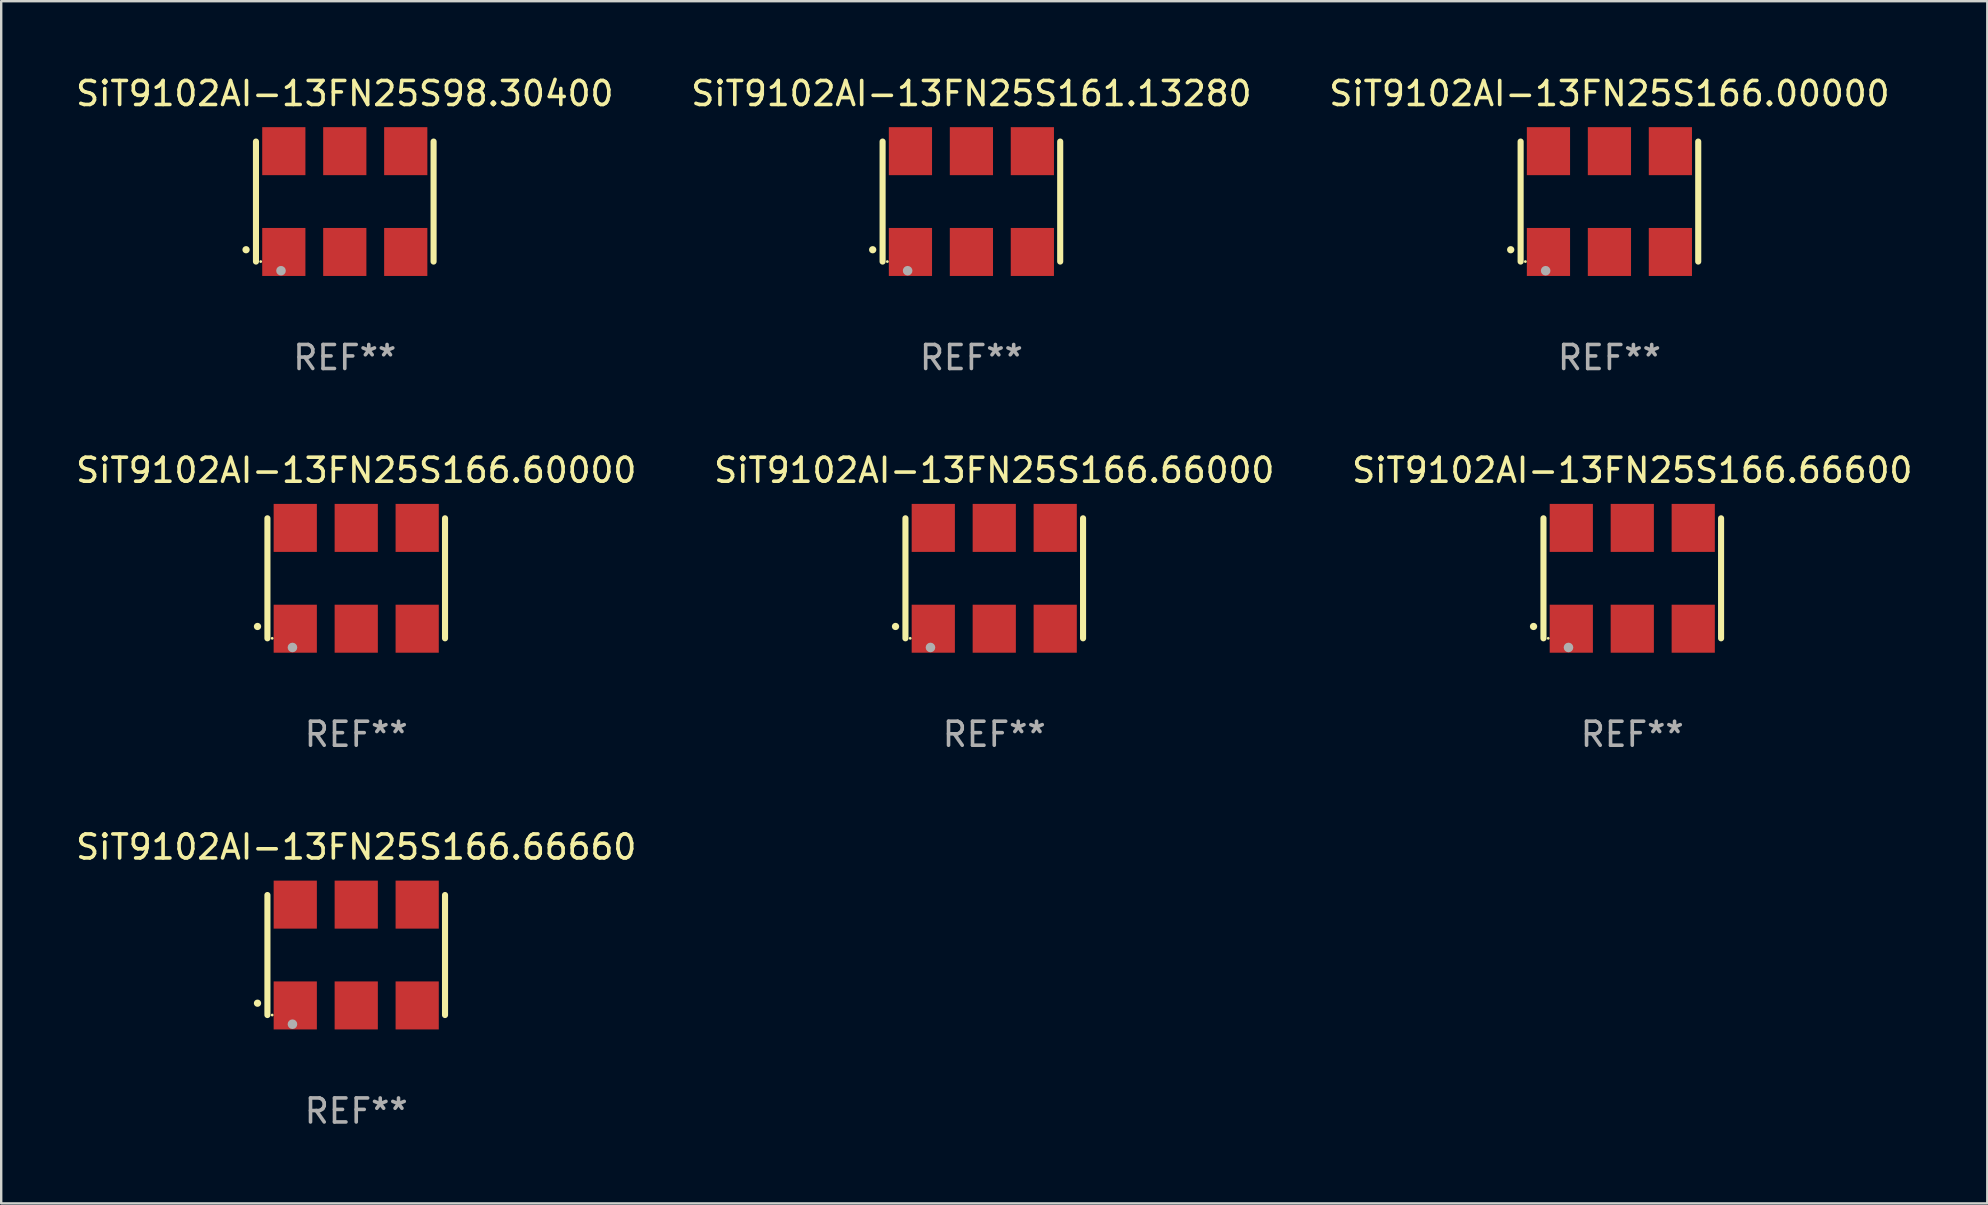
<source format=kicad_pcb>
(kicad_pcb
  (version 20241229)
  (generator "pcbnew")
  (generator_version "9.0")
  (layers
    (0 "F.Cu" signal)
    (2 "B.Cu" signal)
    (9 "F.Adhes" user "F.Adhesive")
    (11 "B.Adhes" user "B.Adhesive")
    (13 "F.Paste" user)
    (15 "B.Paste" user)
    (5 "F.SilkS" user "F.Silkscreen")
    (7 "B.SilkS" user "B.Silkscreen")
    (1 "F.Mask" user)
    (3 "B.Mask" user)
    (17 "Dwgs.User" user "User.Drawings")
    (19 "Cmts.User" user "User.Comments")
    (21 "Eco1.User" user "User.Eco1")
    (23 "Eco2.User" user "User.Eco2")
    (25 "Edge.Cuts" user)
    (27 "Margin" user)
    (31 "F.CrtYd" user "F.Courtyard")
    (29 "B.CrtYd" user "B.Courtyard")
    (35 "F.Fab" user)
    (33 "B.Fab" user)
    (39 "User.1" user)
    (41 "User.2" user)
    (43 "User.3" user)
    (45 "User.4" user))
  (footprint "SiT9102AI-13FN25S166.66600"
    (layer "F.Cu")
    (at 64.958 21.045)
    (property "Reference" "SiT9102AI-13FN25S166.66600" (at 0 -4.5 0) (layer "F.SilkS") (effects (font (size 1 1) (thickness 0.15))))
    (attr through_hole)
    (fp_line (start -3.7 -2.5) (end -3.7 2.5) (stroke (width 0.254) (type solid)) (layer "F.SilkS"))
    (fp_line (start 3.7 -2.5) (end 3.7 2.5) (stroke (width 0.254) (type solid)) (layer "F.SilkS"))
    (fp_arc (start -4.114415 2.006604) (mid -4.113145 2.006599) (end -4.111875 2.006604) (stroke (width 0.3) (type solid)) (layer "F.SilkS"))
    (fp_circle (center -3.502 2.5) (end -3.472 2.5) (stroke (width 0.06) (type solid)) (fill no) (layer "F.SilkS"))
    (fp_circle (center -2.657 2.882) (end -2.557 2.882) (stroke (width 0.2) (type solid)) (fill no) (layer "F.Fab"))
    (fp_text user "REF**" (at 0 6.5 0) (layer "F.Fab") (effects (font (size 1 1) (thickness 0.15))))
    (pad "1" smd rect (at -2.54 2.1) (size 1.8 2) (layers "F.Cu" "F.Mask" "F.Paste"))
    (pad "2" smd rect (at 0.000394 2.1) (size 1.8 2) (layers "F.Cu" "F.Mask" "F.Paste"))
    (pad "3" smd rect (at 2.54 2.1) (size 1.8 2) (layers "F.Cu" "F.Mask" "F.Paste"))
    (pad "4" smd rect (at 2.54 -2.1) (size 1.8 2) (layers "F.Cu" "F.Mask" "F.Paste"))
    (pad "5" smd rect (at 0.000394 -2.1) (size 1.8 2) (layers "F.Cu" "F.Mask" "F.Paste"))
    (pad "6" smd rect (at -2.54 -2.1) (size 1.8 2) (layers "F.Cu" "F.Mask" "F.Paste")))
  (footprint "SiT9102AI-13FN25S166.66000"
    (layer "F.Cu")
    (at 38.375 21.045)
    (property "Reference" "SiT9102AI-13FN25S166.66000" (at 0 -4.5 0) (layer "F.SilkS") (effects (font (size 1 1) (thickness 0.15))))
    (attr through_hole)
    (fp_line (start -3.7 -2.5) (end -3.7 2.5) (stroke (width 0.254) (type solid)) (layer "F.SilkS"))
    (fp_line (start 3.7 -2.5) (end 3.7 2.5) (stroke (width 0.254) (type solid)) (layer "F.SilkS"))
    (fp_arc (start -4.114415 2.006604) (mid -4.113145 2.006599) (end -4.111875 2.006604) (stroke (width 0.3) (type solid)) (layer "F.SilkS"))
    (fp_circle (center -3.502 2.5) (end -3.472 2.5) (stroke (width 0.06) (type solid)) (fill no) (layer "F.SilkS"))
    (fp_circle (center -2.657 2.882) (end -2.557 2.882) (stroke (width 0.2) (type solid)) (fill no) (layer "F.Fab"))
    (fp_text user "REF**" (at 0 6.5 0) (layer "F.Fab") (effects (font (size 1 1) (thickness 0.15))))
    (pad "1" smd rect (at -2.54 2.1) (size 1.8 2) (layers "F.Cu" "F.Mask" "F.Paste"))
    (pad "2" smd rect (at 0.000394 2.1) (size 1.8 2) (layers "F.Cu" "F.Mask" "F.Paste"))
    (pad "3" smd rect (at 2.54 2.1) (size 1.8 2) (layers "F.Cu" "F.Mask" "F.Paste"))
    (pad "4" smd rect (at 2.54 -2.1) (size 1.8 2) (layers "F.Cu" "F.Mask" "F.Paste"))
    (pad "5" smd rect (at 0.000394 -2.1) (size 1.8 2) (layers "F.Cu" "F.Mask" "F.Paste"))
    (pad "6" smd rect (at -2.54 -2.1) (size 1.8 2) (layers "F.Cu" "F.Mask" "F.Paste")))
  (footprint "SiT9102AI-13FN25S166.00000"
    (layer "F.Cu")
    (at 64.006 5.348)
    (property "Reference" "SiT9102AI-13FN25S166.00000" (at 0 -4.5 0) (layer "F.SilkS") (effects (font (size 1 1) (thickness 0.15))))
    (attr through_hole)
    (fp_line (start -3.7 -2.5) (end -3.7 2.5) (stroke (width 0.254) (type solid)) (layer "F.SilkS"))
    (fp_line (start 3.7 -2.5) (end 3.7 2.5) (stroke (width 0.254) (type solid)) (layer "F.SilkS"))
    (fp_arc (start -4.114415 2.006604) (mid -4.113145 2.006599) (end -4.111875 2.006604) (stroke (width 0.3) (type solid)) (layer "F.SilkS"))
    (fp_circle (center -3.502 2.5) (end -3.472 2.5) (stroke (width 0.06) (type solid)) (fill no) (layer "F.SilkS"))
    (fp_circle (center -2.657 2.882) (end -2.557 2.882) (stroke (width 0.2) (type solid)) (fill no) (layer "F.Fab"))
    (fp_text user "REF**" (at 0 6.5 0) (layer "F.Fab") (effects (font (size 1 1) (thickness 0.15))))
    (pad "1" smd rect (at -2.54 2.1) (size 1.8 2) (layers "F.Cu" "F.Mask" "F.Paste"))
    (pad "2" smd rect (at 0.000394 2.1) (size 1.8 2) (layers "F.Cu" "F.Mask" "F.Paste"))
    (pad "3" smd rect (at 2.54 2.1) (size 1.8 2) (layers "F.Cu" "F.Mask" "F.Paste"))
    (pad "4" smd rect (at 2.54 -2.1) (size 1.8 2) (layers "F.Cu" "F.Mask" "F.Paste"))
    (pad "5" smd rect (at 0.000394 -2.1) (size 1.8 2) (layers "F.Cu" "F.Mask" "F.Paste"))
    (pad "6" smd rect (at -2.54 -2.1) (size 1.8 2) (layers "F.Cu" "F.Mask" "F.Paste")))
  (footprint "SiT9102AI-13FN25S166.66660"
    (layer "F.Cu")
    (at 11.792 36.741)
    (property "Reference" "SiT9102AI-13FN25S166.66660" (at 0 -4.5 0) (layer "F.SilkS") (effects (font (size 1 1) (thickness 0.15))))
    (attr through_hole)
    (fp_line (start -3.7 -2.5) (end -3.7 2.5) (stroke (width 0.254) (type solid)) (layer "F.SilkS"))
    (fp_line (start 3.7 -2.5) (end 3.7 2.5) (stroke (width 0.254) (type solid)) (layer "F.SilkS"))
    (fp_arc (start -4.114415 2.006604) (mid -4.113145 2.006599) (end -4.111875 2.006604) (stroke (width 0.3) (type solid)) (layer "F.SilkS"))
    (fp_circle (center -3.502 2.5) (end -3.472 2.5) (stroke (width 0.06) (type solid)) (fill no) (layer "F.SilkS"))
    (fp_circle (center -2.657 2.882) (end -2.557 2.882) (stroke (width 0.2) (type solid)) (fill no) (layer "F.Fab"))
    (fp_text user "REF**" (at 0 6.5 0) (layer "F.Fab") (effects (font (size 1 1) (thickness 0.15))))
    (pad "1" smd rect (at -2.54 2.1) (size 1.8 2) (layers "F.Cu" "F.Mask" "F.Paste"))
    (pad "2" smd rect (at 0.000394 2.1) (size 1.8 2) (layers "F.Cu" "F.Mask" "F.Paste"))
    (pad "3" smd rect (at 2.54 2.1) (size 1.8 2) (layers "F.Cu" "F.Mask" "F.Paste"))
    (pad "4" smd rect (at 2.54 -2.1) (size 1.8 2) (layers "F.Cu" "F.Mask" "F.Paste"))
    (pad "5" smd rect (at 0.000394 -2.1) (size 1.8 2) (layers "F.Cu" "F.Mask" "F.Paste"))
    (pad "6" smd rect (at -2.54 -2.1) (size 1.8 2) (layers "F.Cu" "F.Mask" "F.Paste")))
  (footprint "SiT9102AI-13FN25S166.60000"
    (layer "F.Cu")
    (at 11.792 21.045)
    (property "Reference" "SiT9102AI-13FN25S166.60000" (at 0 -4.5 0) (layer "F.SilkS") (effects (font (size 1 1) (thickness 0.15))))
    (attr through_hole)
    (fp_line (start -3.7 -2.5) (end -3.7 2.5) (stroke (width 0.254) (type solid)) (layer "F.SilkS"))
    (fp_line (start 3.7 -2.5) (end 3.7 2.5) (stroke (width 0.254) (type solid)) (layer "F.SilkS"))
    (fp_arc (start -4.114415 2.006604) (mid -4.113145 2.006599) (end -4.111875 2.006604) (stroke (width 0.3) (type solid)) (layer "F.SilkS"))
    (fp_circle (center -3.502 2.5) (end -3.472 2.5) (stroke (width 0.06) (type solid)) (fill no) (layer "F.SilkS"))
    (fp_circle (center -2.657 2.882) (end -2.557 2.882) (stroke (width 0.2) (type solid)) (fill no) (layer "F.Fab"))
    (fp_text user "REF**" (at 0 6.5 0) (layer "F.Fab") (effects (font (size 1 1) (thickness 0.15))))
    (pad "1" smd rect (at -2.54 2.1) (size 1.8 2) (layers "F.Cu" "F.Mask" "F.Paste"))
    (pad "2" smd rect (at 0.000394 2.1) (size 1.8 2) (layers "F.Cu" "F.Mask" "F.Paste"))
    (pad "3" smd rect (at 2.54 2.1) (size 1.8 2) (layers "F.Cu" "F.Mask" "F.Paste"))
    (pad "4" smd rect (at 2.54 -2.1) (size 1.8 2) (layers "F.Cu" "F.Mask" "F.Paste"))
    (pad "5" smd rect (at 0.000394 -2.1) (size 1.8 2) (layers "F.Cu" "F.Mask" "F.Paste"))
    (pad "6" smd rect (at -2.54 -2.1) (size 1.8 2) (layers "F.Cu" "F.Mask" "F.Paste")))
  (footprint "SiT9102AI-13FN25S98.30400"
    (layer "F.Cu")
    (at 11.315 5.348)
    (property "Reference" "SiT9102AI-13FN25S98.30400" (at 0 -4.5 0) (layer "F.SilkS") (effects (font (size 1 1) (thickness 0.15))))
    (attr through_hole)
    (fp_line (start -3.7 -2.5) (end -3.7 2.5) (stroke (width 0.254) (type solid)) (layer "F.SilkS"))
    (fp_line (start 3.7 -2.5) (end 3.7 2.5) (stroke (width 0.254) (type solid)) (layer "F.SilkS"))
    (fp_arc (start -4.114415 2.006604) (mid -4.113145 2.006599) (end -4.111875 2.006604) (stroke (width 0.3) (type solid)) (layer "F.SilkS"))
    (fp_circle (center -3.502 2.5) (end -3.472 2.5) (stroke (width 0.06) (type solid)) (fill no) (layer "F.SilkS"))
    (fp_circle (center -2.657 2.882) (end -2.557 2.882) (stroke (width 0.2) (type solid)) (fill no) (layer "F.Fab"))
    (fp_text user "REF**" (at 0 6.5 0) (layer "F.Fab") (effects (font (size 1 1) (thickness 0.15))))
    (pad "1" smd rect (at -2.54 2.1) (size 1.8 2) (layers "F.Cu" "F.Mask" "F.Paste"))
    (pad "2" smd rect (at 0.000394 2.1) (size 1.8 2) (layers "F.Cu" "F.Mask" "F.Paste"))
    (pad "3" smd rect (at 2.54 2.1) (size 1.8 2) (layers "F.Cu" "F.Mask" "F.Paste"))
    (pad "4" smd rect (at 2.54 -2.1) (size 1.8 2) (layers "F.Cu" "F.Mask" "F.Paste"))
    (pad "5" smd rect (at 0.000394 -2.1) (size 1.8 2) (layers "F.Cu" "F.Mask" "F.Paste"))
    (pad "6" smd rect (at -2.54 -2.1) (size 1.8 2) (layers "F.Cu" "F.Mask" "F.Paste")))
  (footprint "SiT9102AI-13FN25S161.13280"
    (layer "F.Cu")
    (at 37.423 5.348)
    (property "Reference" "SiT9102AI-13FN25S161.13280" (at 0 -4.5 0) (layer "F.SilkS") (effects (font (size 1 1) (thickness 0.15))))
    (attr through_hole)
    (fp_line (start -3.7 -2.5) (end -3.7 2.5) (stroke (width 0.254) (type solid)) (layer "F.SilkS"))
    (fp_line (start 3.7 -2.5) (end 3.7 2.5) (stroke (width 0.254) (type solid)) (layer "F.SilkS"))
    (fp_arc (start -4.114415 2.006604) (mid -4.113145 2.006599) (end -4.111875 2.006604) (stroke (width 0.3) (type solid)) (layer "F.SilkS"))
    (fp_circle (center -3.502 2.5) (end -3.472 2.5) (stroke (width 0.06) (type solid)) (fill no) (layer "F.SilkS"))
    (fp_circle (center -2.657 2.882) (end -2.557 2.882) (stroke (width 0.2) (type solid)) (fill no) (layer "F.Fab"))
    (fp_text user "REF**" (at 0 6.5 0) (layer "F.Fab") (effects (font (size 1 1) (thickness 0.15))))
    (pad "1" smd rect (at -2.54 2.1) (size 1.8 2) (layers "F.Cu" "F.Mask" "F.Paste"))
    (pad "2" smd rect (at 0.000394 2.1) (size 1.8 2) (layers "F.Cu" "F.Mask" "F.Paste"))
    (pad "3" smd rect (at 2.54 2.1) (size 1.8 2) (layers "F.Cu" "F.Mask" "F.Paste"))
    (pad "4" smd rect (at 2.54 -2.1) (size 1.8 2) (layers "F.Cu" "F.Mask" "F.Paste"))
    (pad "5" smd rect (at 0.000394 -2.1) (size 1.8 2) (layers "F.Cu" "F.Mask" "F.Paste"))
    (pad "6" smd rect (at -2.54 -2.1) (size 1.8 2) (layers "F.Cu" "F.Mask" "F.Paste")))
  (gr_rect
    (start -3 -3)
    (end 79.75 47.09)
    (stroke (width 0.1) (type default))
    (fill no)
    (layer "Edge.Cuts")))
</source>
